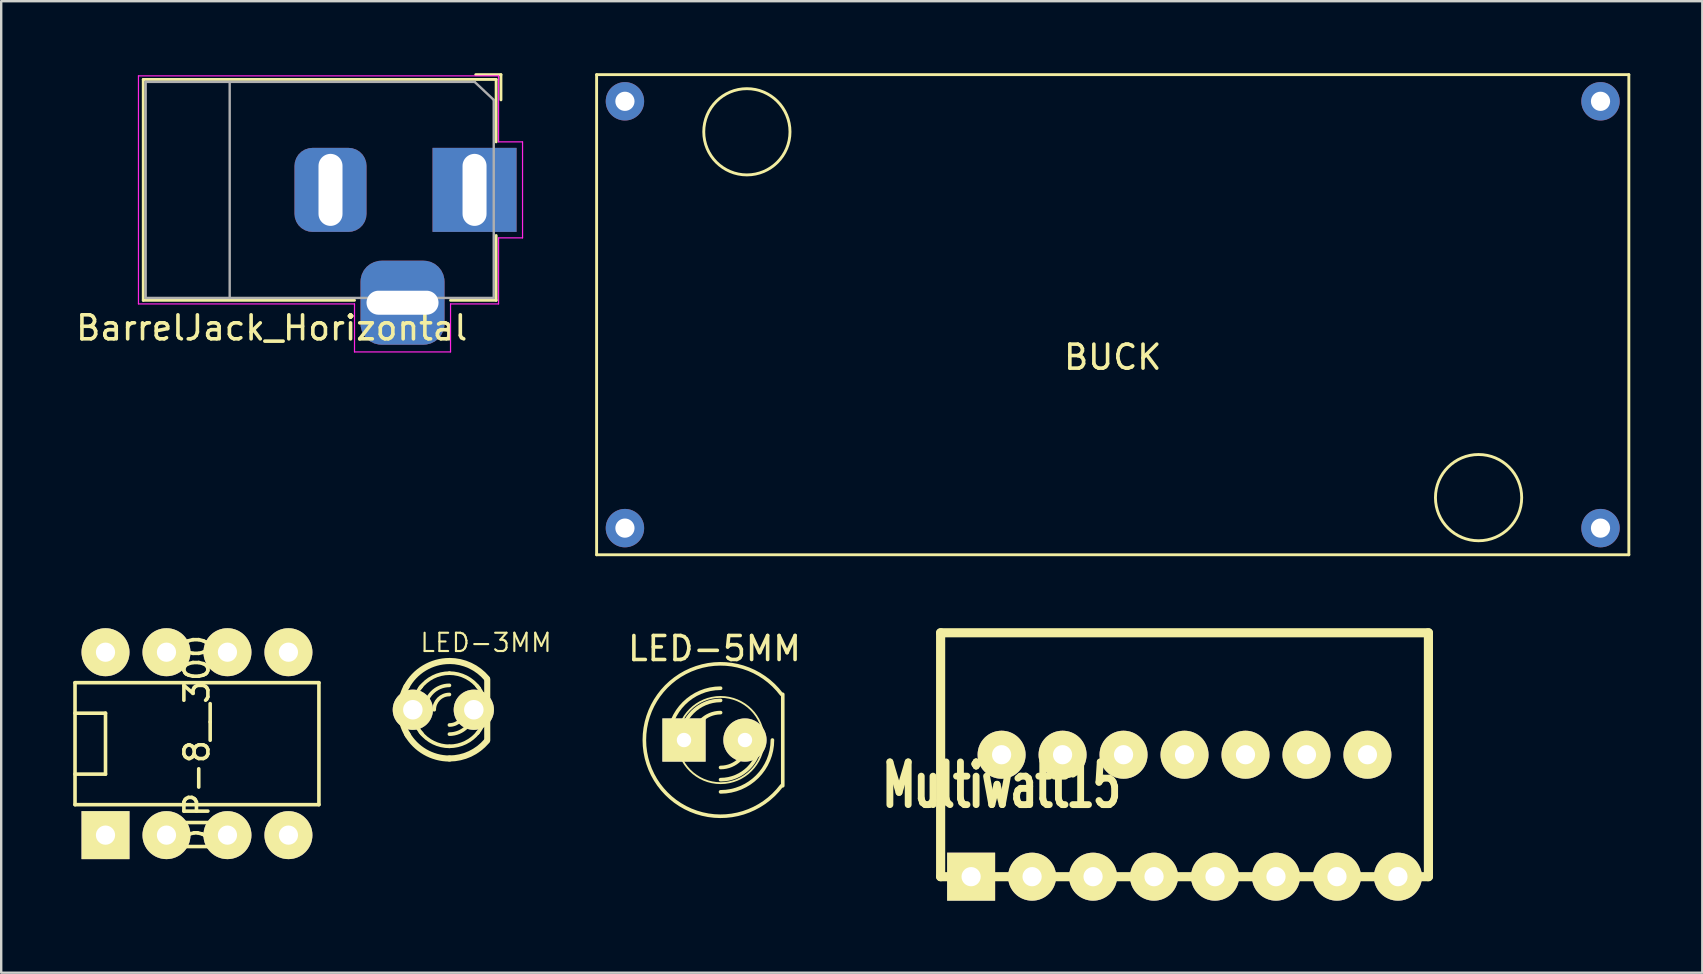
<source format=kicad_pcb>
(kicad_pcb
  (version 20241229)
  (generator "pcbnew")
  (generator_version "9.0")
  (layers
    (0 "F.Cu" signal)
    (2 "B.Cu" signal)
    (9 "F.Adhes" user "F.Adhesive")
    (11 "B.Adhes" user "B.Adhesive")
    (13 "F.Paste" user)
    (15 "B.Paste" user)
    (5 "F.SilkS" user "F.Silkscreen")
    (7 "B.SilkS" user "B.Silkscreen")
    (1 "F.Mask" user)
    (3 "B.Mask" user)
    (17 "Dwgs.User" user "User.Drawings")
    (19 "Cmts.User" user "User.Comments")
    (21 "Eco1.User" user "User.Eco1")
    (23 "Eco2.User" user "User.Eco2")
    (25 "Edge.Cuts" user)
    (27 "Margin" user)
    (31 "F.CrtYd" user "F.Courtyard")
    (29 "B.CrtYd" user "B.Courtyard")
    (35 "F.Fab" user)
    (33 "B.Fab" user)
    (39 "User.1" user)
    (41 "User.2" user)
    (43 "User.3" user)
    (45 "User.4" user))
  (footprint "LED-5MM"
    (layer "F.Cu")
    (at 26.713 27.778)
    (property "Reference" "LED-5MM" (at 0 -3.81 180) (layer "F.SilkS") (effects (font (size 1 1) (thickness 0.15))))
    (attr through_hole)
    (fp_line (start 2.845 1.905) (end 2.845 -1.905) (stroke (width 0.15) (type solid)) (layer "F.SilkS"))
    (fp_arc (start -1.905 0) (mid -1.272644 -1.526644) (end 0.254 -2.159) (stroke (width 0.1524) (type solid)) (layer "F.SilkS"))
    (fp_arc (start -1.397 0) (mid -0.913433 -1.167433) (end 0.254 -1.651) (stroke (width 0.1524) (type solid)) (layer "F.SilkS"))
    (fp_arc (start -0.889 0) (mid -0.554223 -0.808223) (end 0.254 -1.143) (stroke (width 0.1524) (type solid)) (layer "F.SilkS"))
    (fp_arc (start 1.397 0) (mid 1.062223 0.808223) (end 0.254 1.143) (stroke (width 0.1524) (type solid)) (layer "F.SilkS"))
    (fp_arc (start 1.905 0) (mid 1.421433 1.167433) (end 0.254 1.651) (stroke (width 0.1524) (type solid)) (layer "F.SilkS"))
    (fp_arc (start 2.413 0) (mid 1.780644 1.526644) (end 0.254 2.159) (stroke (width 0.1524) (type solid)) (layer "F.SilkS"))
    (fp_arc (start 2.794 1.905) (mid -2.921 0.001668) (end 2.791997 -1.907668) (stroke (width 0.15) (type solid)) (layer "F.SilkS"))
    (fp_circle (center 0.254 0) (end -1.016 1.27) (stroke (width 0.076) (type solid)) (fill no) (layer "F.SilkS"))
    (pad "1" thru_hole rect (at -1.27 0) (size 1.801 1.801) (drill 0.599) (layers "*.Cu" "F.Mask" "F.SilkS" "F.Paste"))
    (pad "2" thru_hole circle (at 1.27 0) (size 1.801 1.801) (drill 0.599) (layers "*.Cu" "F.Mask" "F.SilkS" "F.Paste")))
  (footprint "BUCK"
    (layer "F.Cu")
    (at 43.303 10.06)
    (property "Reference" "BUCK" (at 0 1.77 0) (layer "F.SilkS") (effects (font (size 1 1) (thickness 0.15))))
    (attr through_hole)
    (fp_line (start -21.5 -10) (end -21.5 10) (stroke (width 0.12) (type solid)) (layer "F.SilkS"))
    (fp_line (start -21.5 10) (end 21.5 10) (stroke (width 0.12) (type solid)) (layer "F.SilkS"))
    (fp_line (start 21.5 -10) (end -21.5 -10) (stroke (width 0.12) (type solid)) (layer "F.SilkS"))
    (fp_line (start 21.5 10) (end 21.5 -10) (stroke (width 0.12) (type solid)) (layer "F.SilkS"))
    (fp_circle (center -15.24 -7.62) (end -13.97 -6.35) (stroke (width 0.12) (type solid)) (fill no) (layer "F.SilkS"))
    (fp_circle (center 15.24 7.62) (end 16.51 8.89) (stroke (width 0.12) (type solid)) (fill no) (layer "F.SilkS"))
    (pad "1" thru_hole circle (at -20.32 -8.89) (size 1.6 1.6) (drill 0.8) (layers "*.Cu" "*.Mask"))
    (pad "2" thru_hole circle (at -20.32 8.89) (size 1.6 1.6) (drill 0.8) (layers "*.Cu" "*.Mask"))
    (pad "3" thru_hole circle (at 20.32 -8.89) (size 1.6 1.6) (drill 0.8) (layers "*.Cu" "*.Mask"))
    (pad "4" thru_hole circle (at 20.32 8.89) (size 1.6 1.6) (drill 0.8) (layers "*.Cu" "*.Mask")))
  (footprint "Multiwatt15"
    (layer "F.Cu")
    (at 46.294 30.93)
    (property "Reference" "Multiwatt15" (at -7.62 -1.27 0) (layer "F.SilkS") (effects (font (size 1.778 1.143) (thickness 0.287))))
    (attr through_hole)
    (fp_line (start -10.16 -7.62) (end -10.16 2.54) (stroke (width 0.381) (type solid)) (layer "F.SilkS"))
    (fp_line (start -10.16 -7.62) (end 10.16 -7.62) (stroke (width 0.381) (type solid)) (layer "F.SilkS"))
    (fp_line (start 10.16 -7.62) (end 10.16 2.54) (stroke (width 0.381) (type solid)) (layer "F.SilkS"))
    (fp_line (start 10.16 2.54) (end -10.16 2.54) (stroke (width 0.381) (type solid)) (layer "F.SilkS"))
    (pad "1" thru_hole rect (at -8.89 2.54) (size 1.999 1.999) (drill 0.8) (layers "*.Cu" "*.Mask" "F.SilkS"))
    (pad "2" thru_hole circle (at -7.62 -2.54) (size 1.999 1.999) (drill 0.8) (layers "*.Cu" "*.Mask" "F.SilkS"))
    (pad "3" thru_hole circle (at -6.35 2.54) (size 1.999 1.999) (drill 0.8) (layers "*.Cu" "*.Mask" "F.SilkS"))
    (pad "4" thru_hole circle (at -5.08 -2.54) (size 1.999 1.999) (drill 0.8) (layers "*.Cu" "*.Mask" "F.SilkS"))
    (pad "5" thru_hole circle (at -3.81 2.54) (size 1.999 1.999) (drill 0.8) (layers "*.Cu" "*.Mask" "F.SilkS"))
    (pad "6" thru_hole circle (at -2.54 -2.54) (size 1.999 1.999) (drill 0.8) (layers "*.Cu" "*.Mask" "F.SilkS"))
    (pad "7" thru_hole circle (at -1.27 2.54) (size 1.999 1.999) (drill 0.8) (layers "*.Cu" "*.Mask" "F.SilkS"))
    (pad "8" thru_hole circle (at 0 -2.54) (size 1.999 1.999) (drill 0.8) (layers "*.Cu" "*.Mask" "F.SilkS"))
    (pad "9" thru_hole circle (at 1.27 2.54) (size 1.999 1.999) (drill 0.8) (layers "*.Cu" "*.Mask" "F.SilkS"))
    (pad "10" thru_hole circle (at 2.54 -2.54) (size 1.999 1.999) (drill 0.8) (layers "*.Cu" "*.Mask" "F.SilkS"))
    (pad "11" thru_hole circle (at 3.81 2.54) (size 1.999 1.999) (drill 0.8) (layers "*.Cu" "*.Mask" "F.SilkS"))
    (pad "12" thru_hole circle (at 5.08 -2.54) (size 1.999 1.999) (drill 0.8) (layers "*.Cu" "*.Mask" "F.SilkS"))
    (pad "13" thru_hole circle (at 6.35 2.54) (size 1.999 1.999) (drill 0.8) (layers "*.Cu" "*.Mask" "F.SilkS"))
    (pad "14" thru_hole circle (at 7.62 -2.54) (size 1.999 1.999) (drill 0.8) (layers "*.Cu" "*.Mask" "F.SilkS"))
    (pad "15" thru_hole circle (at 8.89 2.54) (size 1.999 1.999) (drill 0.8) (layers "*.Cu" "*.Mask" "F.SilkS")))
  (footprint "LED-3MM"
    (layer "F.Cu")
    (at 15.418 26.516)
    (property "Reference" "LED-3MM" (at 1.778 -2.794 0) (layer "F.SilkS") (effects (font (size 0.762 0.762) (thickness 0.089))))
    (attr through_hole)
    (fp_line (start 1.829 1.27) (end 1.829 -1.27) (stroke (width 0.254) (type solid)) (layer "F.SilkS"))
    (fp_arc (start -1.778 0) (mid -1.716347 -0.496745) (end -1.53513 -0.963347) (stroke (width 0.254) (type solid)) (layer "F.SilkS"))
    (fp_arc (start -1.5367 -0.95504) (mid -0.790567 -1.739997) (end 0.253025 -2.02946) (stroke (width 0.254) (type solid)) (layer "F.SilkS"))
    (fp_arc (start -1.47574 1.06426) (mid -1.700164 0.553076) (end -1.776923 0.0001) (stroke (width 0.254) (type solid)) (layer "F.SilkS"))
    (fp_arc (start -1.27 0) (mid -1.178999 -0.518738) (end -0.916864 -0.975527) (stroke (width 0.1524) (type solid)) (layer "F.SilkS"))
    (fp_arc (start -0.9652 -0.9144) (mid -0.427912 -1.362928) (end 0.253199 -1.524) (stroke (width 0.1524) (type solid)) (layer "F.SilkS"))
    (fp_arc (start -0.88392 1.01092) (mid -1.168742 0.540951) (end -1.268111 0.000469) (stroke (width 0.1524) (type solid)) (layer "F.SilkS"))
    (fp_arc (start -0.762 0) (mid -0.46442 -0.71842) (end 0.254 -1.016) (stroke (width 0.1524) (type solid)) (layer "F.SilkS"))
    (fp_arc (start -0.381 0) (mid -0.195013 -0.449013) (end 0.254 -0.635) (stroke (width 0.1524) (type solid)) (layer "F.SilkS"))
    (fp_arc (start 0.254 -2.032) (mid 1.114367 -1.840867) (end 1.81288 -1.303426) (stroke (width 0.254) (type solid)) (layer "F.SilkS"))
    (fp_arc (start 0.254 -1.524) (mid 0.950618 -1.35547) (end 1.493166 -0.887155) (stroke (width 0.1524) (type solid)) (layer "F.SilkS"))
    (fp_arc (start 0.254 1.524) (mid -0.415273 1.369179) (end -0.948564 0.936171) (stroke (width 0.1524) (type solid)) (layer "F.SilkS"))
    (fp_arc (start 0.254 2.032) (mid -0.76507 1.757988) (end -1.509299 1.009851) (stroke (width 0.254) (type solid)) (layer "F.SilkS"))
    (fp_arc (start 0.889 0) (mid 0.703013 0.449013) (end 0.254 0.635) (stroke (width 0.1524) (type solid)) (layer "F.SilkS"))
    (fp_arc (start 1.27 0) (mid 0.97242 0.71842) (end 0.254 1.016) (stroke (width 0.1524) (type solid)) (layer "F.SilkS"))
    (fp_arc (start 1.4097 -0.9906) (mid 1.681593 -0.528119) (end 1.776147 -0.000034) (stroke (width 0.1524) (type solid)) (layer "F.SilkS"))
    (fp_arc (start 1.45542 0.93472) (mid 0.922882 1.367373) (end 0.254442 1.522206) (stroke (width 0.1524) (type solid)) (layer "F.SilkS"))
    (fp_arc (start 1.778 0) (mid 1.686999 0.518738) (end 1.424864 0.975527) (stroke (width 0.1524) (type solid)) (layer "F.SilkS"))
    (fp_arc (start 1.8034 1.31064) (mid 1.109154 1.840416) (end 0.256552 2.029387) (stroke (width 0.254) (type solid)) (layer "F.SilkS"))
    (pad "1" thru_hole circle (at -1.27 0) (size 1.676 1.676) (drill 0.813) (layers "*.Cu" "F.Mask" "F.SilkS" "F.Paste"))
    (pad "2" thru_hole circle (at 1.27 0) (size 1.676 1.676) (drill 0.813) (layers "*.Cu" "F.Mask" "F.SilkS" "F.Paste")))
  (footprint "DIP-8__300"
    (layer "F.Cu")
    (at 5.155 27.929)
    (property "Reference" "DIP-8__300" (at 0 0 90) (layer "F.SilkS") (effects (font (size 1 1) (thickness 0.15))))
    (attr through_hole)
    (fp_line (start -5.08 -2.54) (end 5.08 -2.54) (stroke (width 0.15) (type solid)) (layer "F.SilkS"))
    (fp_line (start -5.08 -1.27) (end -3.81 -1.27) (stroke (width 0.15) (type solid)) (layer "F.SilkS"))
    (fp_line (start -5.08 2.54) (end -5.08 -2.54) (stroke (width 0.15) (type solid)) (layer "F.SilkS"))
    (fp_line (start -3.81 -1.27) (end -3.81 1.27) (stroke (width 0.15) (type solid)) (layer "F.SilkS"))
    (fp_line (start -3.81 1.27) (end -5.08 1.27) (stroke (width 0.15) (type solid)) (layer "F.SilkS"))
    (fp_line (start 5.08 -2.54) (end 5.08 2.54) (stroke (width 0.15) (type solid)) (layer "F.SilkS"))
    (fp_line (start 5.08 2.54) (end -5.08 2.54) (stroke (width 0.15) (type solid)) (layer "F.SilkS"))
    (pad "1" thru_hole rect (at -3.81 3.81) (size 1.999 1.999) (drill 0.8) (layers "*.Cu" "*.Mask" "F.SilkS"))
    (pad "2" thru_hole circle (at -1.27 3.81) (size 1.999 1.999) (drill 0.8) (layers "*.Cu" "*.Mask" "F.SilkS"))
    (pad "3" thru_hole circle (at 1.27 3.81) (size 1.999 1.999) (drill 0.8) (layers "*.Cu" "*.Mask" "F.SilkS"))
    (pad "4" thru_hole circle (at 3.81 3.81) (size 1.999 1.999) (drill 0.8) (layers "*.Cu" "*.Mask" "F.SilkS"))
    (pad "5" thru_hole circle (at 3.81 -3.81) (size 1.999 1.999) (drill 0.8) (layers "*.Cu" "*.Mask" "F.SilkS"))
    (pad "6" thru_hole circle (at 1.27 -3.81) (size 1.999 1.999) (drill 0.8) (layers "*.Cu" "*.Mask" "F.SilkS"))
    (pad "7" thru_hole circle (at -1.27 -3.81) (size 1.999 1.999) (drill 0.8) (layers "*.Cu" "*.Mask" "F.SilkS"))
    (pad "8" thru_hole circle (at -3.81 -3.81) (size 1.999 1.999) (drill 0.8) (layers "*.Cu" "*.Mask" "F.SilkS")))
  (footprint "BarrelJack_Horizontal"
    (layer "F.Cu")
    (at 16.718 4.86)
    (property "Reference" "BarrelJack_Horizontal" (at -8.45 5.75 0) (layer "F.SilkS") (effects (font (size 1 1) (thickness 0.15))))
    (attr through_hole)
    (fp_line (start -13.8 -4.6) (end 0.9 -4.6) (stroke (width 0.12) (type solid)) (layer "F.SilkS"))
    (fp_line (start -13.8 4.6) (end -13.8 -4.6) (stroke (width 0.12) (type solid)) (layer "F.SilkS"))
    (fp_line (start -5 4.6) (end -13.8 4.6) (stroke (width 0.12) (type solid)) (layer "F.SilkS"))
    (fp_line (start 0.05 -4.8) (end 1.1 -4.8) (stroke (width 0.12) (type solid)) (layer "F.SilkS"))
    (fp_line (start 0.9 -4.6) (end 0.9 -2) (stroke (width 0.12) (type solid)) (layer "F.SilkS"))
    (fp_line (start 0.9 1.9) (end 0.9 4.6) (stroke (width 0.12) (type solid)) (layer "F.SilkS"))
    (fp_line (start 0.9 4.6) (end -1 4.6) (stroke (width 0.12) (type solid)) (layer "F.SilkS"))
    (fp_line (start 1.1 -3.75) (end 1.1 -4.8) (stroke (width 0.12) (type solid)) (layer "F.SilkS"))
    (fp_line (start -14 4.75) (end -14 -4.75) (stroke (width 0.05) (type solid)) (layer "F.CrtYd"))
    (fp_line (start -5 4.75) (end -14 4.75) (stroke (width 0.05) (type solid)) (layer "F.CrtYd"))
    (fp_line (start -5 6.75) (end -5 4.75) (stroke (width 0.05) (type solid)) (layer "F.CrtYd"))
    (fp_line (start -1 4.75) (end -1 6.75) (stroke (width 0.05) (type solid)) (layer "F.CrtYd"))
    (fp_line (start -1 6.75) (end -5 6.75) (stroke (width 0.05) (type solid)) (layer "F.CrtYd"))
    (fp_line (start 1 -4.75) (end -14 -4.75) (stroke (width 0.05) (type solid)) (layer "F.CrtYd"))
    (fp_line (start 1 -4.5) (end 1 -4.75) (stroke (width 0.05) (type solid)) (layer "F.CrtYd"))
    (fp_line (start 1 -4.5) (end 1 -2) (stroke (width 0.05) (type solid)) (layer "F.CrtYd"))
    (fp_line (start 1 -2) (end 2 -2) (stroke (width 0.05) (type solid)) (layer "F.CrtYd"))
    (fp_line (start 1 2) (end 1 4.75) (stroke (width 0.05) (type solid)) (layer "F.CrtYd"))
    (fp_line (start 1 4.75) (end -1 4.75) (stroke (width 0.05) (type solid)) (layer "F.CrtYd"))
    (fp_line (start 2 -2) (end 2 2) (stroke (width 0.05) (type solid)) (layer "F.CrtYd"))
    (fp_line (start 2 2) (end 1 2) (stroke (width 0.05) (type solid)) (layer "F.CrtYd"))
    (fp_line (start -13.7 -4.5) (end -13.7 4.5) (stroke (width 0.1) (type solid)) (layer "F.Fab"))
    (fp_line (start -13.7 4.5) (end 0.8 4.5) (stroke (width 0.1) (type solid)) (layer "F.Fab"))
    (fp_line (start -10.2 -4.5) (end -10.2 4.5) (stroke (width 0.1) (type solid)) (layer "F.Fab"))
    (fp_line (start -0.003 -4.505) (end 0.8 -3.75) (stroke (width 0.1) (type solid)) (layer "F.Fab"))
    (fp_line (start 0 -4.5) (end -13.7 -4.5) (stroke (width 0.1) (type solid)) (layer "F.Fab"))
    (fp_line (start 0.8 4.5) (end 0.8 -3.75) (stroke (width 0.1) (type solid)) (layer "F.Fab"))
    (pad "1" thru_hole rect (at 0 0) (size 3.5 3.5) (drill oval 1 3) (layers "*.Cu" "*.Mask"))
    (pad "2" thru_hole roundrect (at -6 0) (size 3 3.5) (drill oval 1 3) (layers "*.Cu" "*.Mask") (roundrect_rratio 0.25))
    (pad "3" thru_hole roundrect (at -3 4.7) (size 3.5 3.5) (drill oval 3 1) (layers "*.Cu" "*.Mask") (roundrect_rratio 0.25)))
  (gr_rect
    (start -3 -3)
    (end 67.863 37.47)
    (stroke (width 0.1) (type default))
    (fill no)
    (layer "Edge.Cuts")))
</source>
